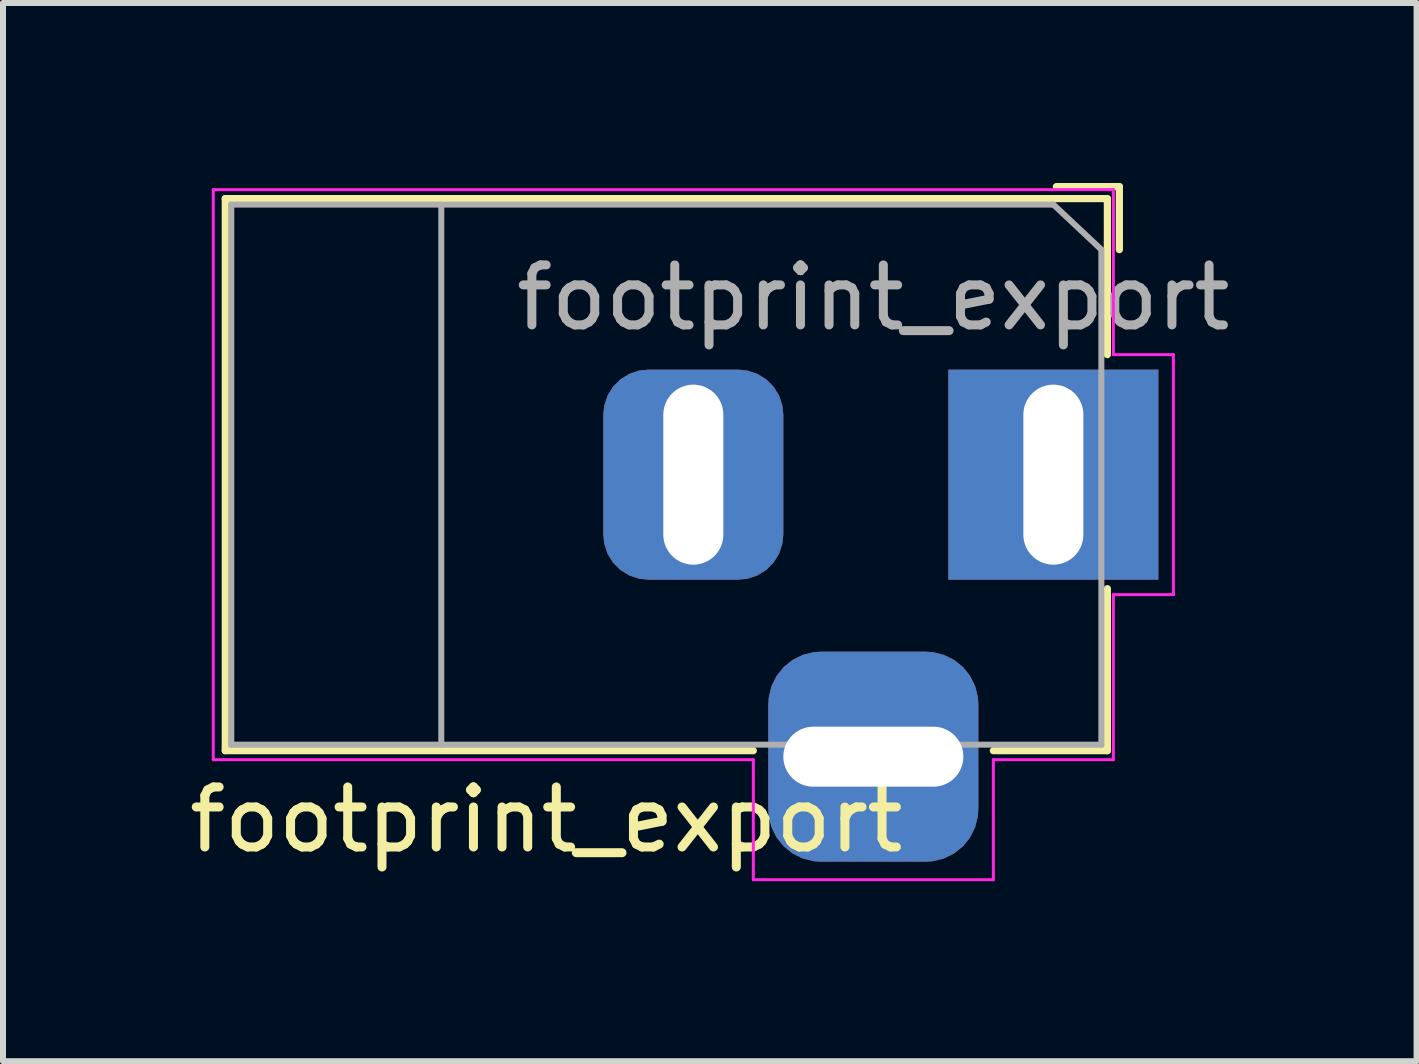
<source format=kicad_pcb>
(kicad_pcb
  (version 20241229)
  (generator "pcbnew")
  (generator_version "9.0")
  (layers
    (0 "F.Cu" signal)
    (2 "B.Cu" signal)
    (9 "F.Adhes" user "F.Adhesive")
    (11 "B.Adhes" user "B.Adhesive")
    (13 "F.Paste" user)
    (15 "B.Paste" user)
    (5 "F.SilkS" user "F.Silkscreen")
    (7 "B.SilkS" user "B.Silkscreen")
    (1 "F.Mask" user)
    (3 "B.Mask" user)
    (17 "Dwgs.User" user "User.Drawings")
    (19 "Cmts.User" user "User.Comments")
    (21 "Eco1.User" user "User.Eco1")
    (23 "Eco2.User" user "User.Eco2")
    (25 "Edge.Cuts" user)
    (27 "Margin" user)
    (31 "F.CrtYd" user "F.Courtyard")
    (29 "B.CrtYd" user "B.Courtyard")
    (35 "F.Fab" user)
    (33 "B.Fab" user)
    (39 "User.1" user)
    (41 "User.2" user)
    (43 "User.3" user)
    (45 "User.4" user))
  (footprint "footprint_export"
    (layer "F.Cu")
    (at 14.504 4.86)
    (property "Reference" "footprint_export" (at -8.45 5.75 0) (layer "F.SilkS") (effects (font (size 1 1) (thickness 0.15))))
    (attr through_hole)
    (fp_line (start -13.8 -4.6) (end 0.9 -4.6) (stroke (width 0.12) (type solid)) (layer "F.SilkS"))
    (fp_line (start -13.8 4.6) (end -13.8 -4.6) (stroke (width 0.12) (type solid)) (layer "F.SilkS"))
    (fp_line (start -5 4.6) (end -13.8 4.6) (stroke (width 0.12) (type solid)) (layer "F.SilkS"))
    (fp_line (start 0.05 -4.8) (end 1.1 -4.8) (stroke (width 0.12) (type solid)) (layer "F.SilkS"))
    (fp_line (start 0.9 -4.6) (end 0.9 -2) (stroke (width 0.12) (type solid)) (layer "F.SilkS"))
    (fp_line (start 0.9 1.9) (end 0.9 4.6) (stroke (width 0.12) (type solid)) (layer "F.SilkS"))
    (fp_line (start 0.9 4.6) (end -1 4.6) (stroke (width 0.12) (type solid)) (layer "F.SilkS"))
    (fp_line (start 1.1 -3.75) (end 1.1 -4.8) (stroke (width 0.12) (type solid)) (layer "F.SilkS"))
    (fp_line (start -14 4.75) (end -14 -4.75) (stroke (width 0.05) (type solid)) (layer "F.CrtYd"))
    (fp_line (start -5 4.75) (end -14 4.75) (stroke (width 0.05) (type solid)) (layer "F.CrtYd"))
    (fp_line (start -5 6.75) (end -5 4.75) (stroke (width 0.05) (type solid)) (layer "F.CrtYd"))
    (fp_line (start -1 4.75) (end -1 6.75) (stroke (width 0.05) (type solid)) (layer "F.CrtYd"))
    (fp_line (start -1 6.75) (end -5 6.75) (stroke (width 0.05) (type solid)) (layer "F.CrtYd"))
    (fp_line (start 1 -4.75) (end -14 -4.75) (stroke (width 0.05) (type solid)) (layer "F.CrtYd"))
    (fp_line (start 1 -4.5) (end 1 -4.75) (stroke (width 0.05) (type solid)) (layer "F.CrtYd"))
    (fp_line (start 1 -4.5) (end 1 -2) (stroke (width 0.05) (type solid)) (layer "F.CrtYd"))
    (fp_line (start 1 -2) (end 2 -2) (stroke (width 0.05) (type solid)) (layer "F.CrtYd"))
    (fp_line (start 1 2) (end 1 4.75) (stroke (width 0.05) (type solid)) (layer "F.CrtYd"))
    (fp_line (start 1 4.75) (end -1 4.75) (stroke (width 0.05) (type solid)) (layer "F.CrtYd"))
    (fp_line (start 2 -2) (end 2 2) (stroke (width 0.05) (type solid)) (layer "F.CrtYd"))
    (fp_line (start 2 2) (end 1 2) (stroke (width 0.05) (type solid)) (layer "F.CrtYd"))
    (fp_line (start -13.7 -4.5) (end -13.7 4.5) (stroke (width 0.1) (type solid)) (layer "F.Fab"))
    (fp_line (start -13.7 4.5) (end 0.8 4.5) (stroke (width 0.1) (type solid)) (layer "F.Fab"))
    (fp_line (start -10.2 -4.5) (end -10.2 4.5) (stroke (width 0.1) (type solid)) (layer "F.Fab"))
    (fp_line (start -0.003 -4.505) (end 0.8 -3.75) (stroke (width 0.1) (type solid)) (layer "F.Fab"))
    (fp_line (start 0 -4.5) (end -13.7 -4.5) (stroke (width 0.1) (type solid)) (layer "F.Fab"))
    (fp_line (start 0.8 4.5) (end 0.8 -3.75) (stroke (width 0.1) (type solid)) (layer "F.Fab"))
    (fp_text user "${REFERENCE}" (at -3 -2.95 0) (layer "F.Fab") (effects (font (size 1 1) (thickness 0.15))))
    (pad "1" thru_hole rect (at 0 0) (size 3.5 3.5) (drill oval 1 3) (layers "*.Cu" "*.Mask"))
    (pad "2" thru_hole roundrect (at -6 0) (size 3 3.5) (drill oval 1 3) (layers "*.Cu" "*.Mask") (roundrect_rratio 0.25))
    (pad "3" thru_hole roundrect (at -3 4.7) (size 3.5 3.5) (drill oval 3 1) (layers "*.Cu" "*.Mask") (roundrect_rratio 0.25)))
  (gr_rect
    (start -3 -3)
    (end 20.557 14.635)
    (stroke (width 0.1) (type default))
    (fill no)
    (layer "Edge.Cuts")))
</source>
